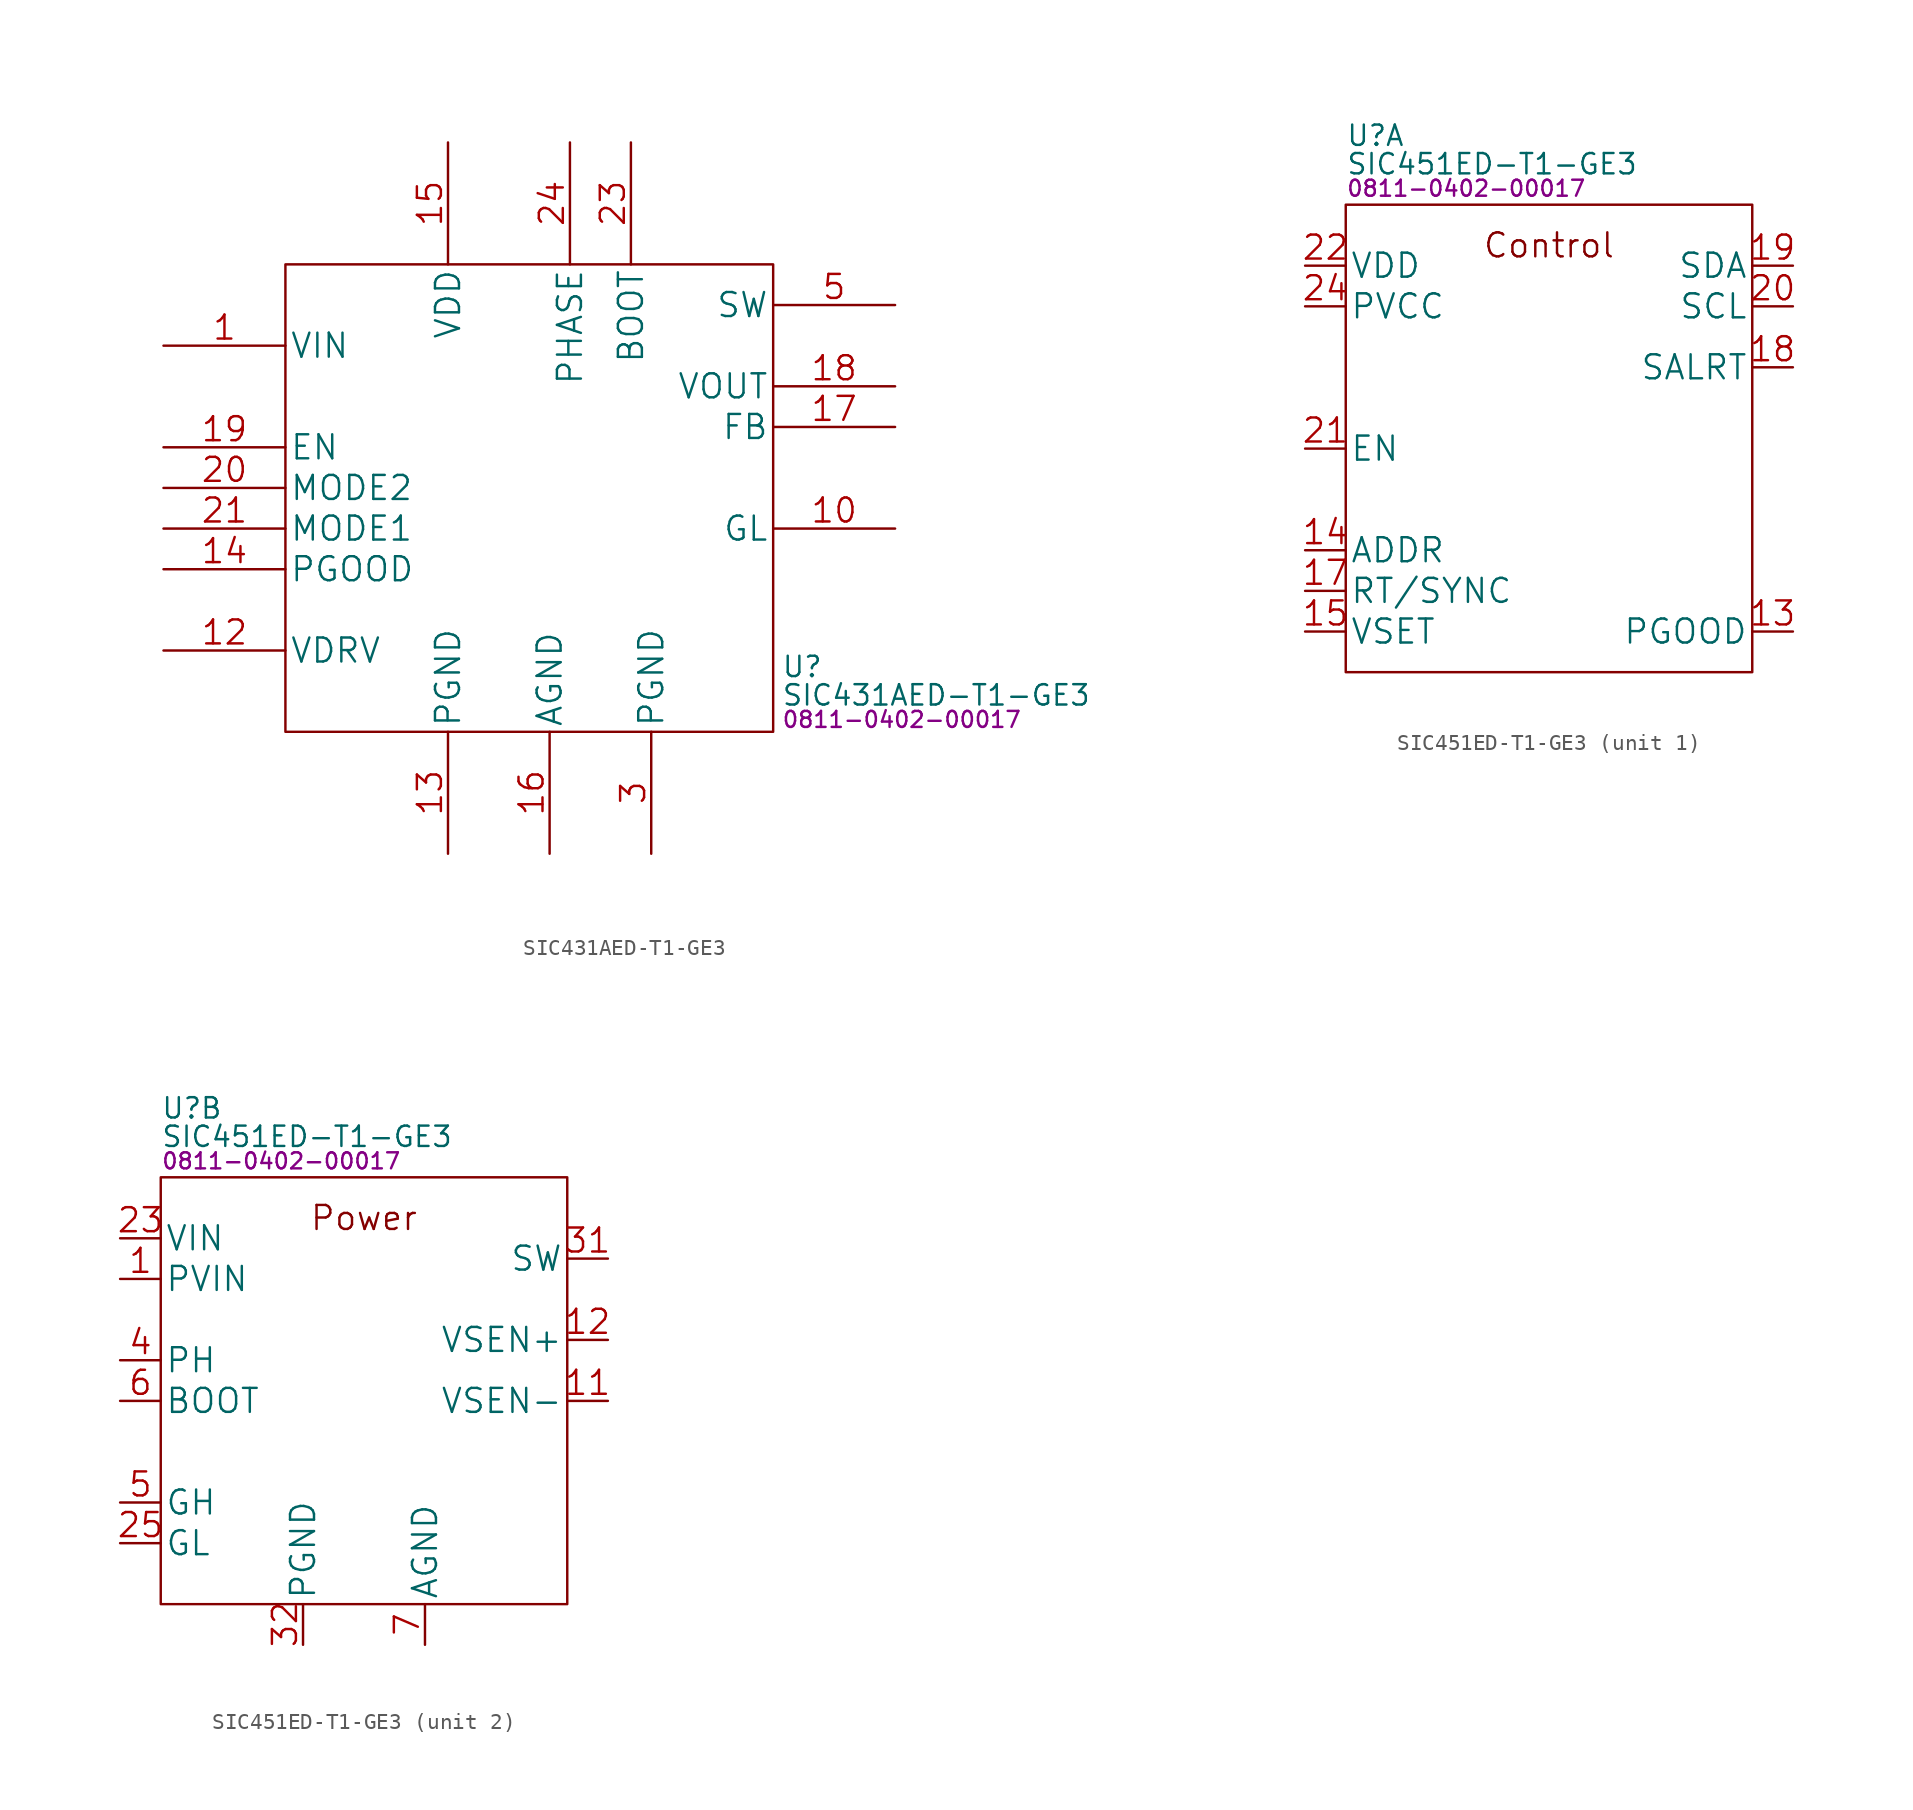
<source format=kicad_sym>
(kicad_symbol_lib
  (version 20231120)
  (generator "kicad_symbol_editor")
  (generator_version "8.0")
  (symbol "SIC431AED-T1-GE3"
    (pin_names
      (offset 0.254))
    (property "Reference" "U"
      (at 30.988 -25.146 0)
      (effects (font (size 1.27 1.27)) (justify left)))
    (property "Value" "SIC431AED-T1-GE3"
      (at 30.988 -26.924 0)
      (effects (font (size 1.27 1.27)) (justify left)))
    (property "PartNumber" "0811-0402-00017"
      (at 30.988 -28.448 0)
      (effects (font (size 1 1)) (justify left)))
    (symbol "SIC431AED-T1-GE3_1_1"
      (rectangle (start 0 0) (end 30.48 -29.21) (stroke (width 0) (type default)) (fill (type none)))
      (pin power_in line (at -7.62 -5.08 0) (length 7.62) (name "VIN" (effects (font (size 1.499 1.499)))) (number "1" (effects (font (size 1.499 1.499)))))
      (pin input line (at 38.1 -16.51 180) (length 7.62) (name "GL" (effects (font (size 1.499 1.499)))) (number "10" (effects (font (size 1.499 1.499)))))
      (pin input line (at 38.1 -16.51 180) (length 7.62) hide (name "GL" (effects (font (size 1.499 1.499)))) (number "11" (effects (font (size 1.499 1.499)))))
      (pin output line (at -7.62 -24.13 0) (length 7.62) (name "VDRV" (effects (font (size 1.499 1.499)))) (number "12" (effects (font (size 1.499 1.499)))))
      (pin power_in line (at 10.16 -36.83 90) (length 7.62) (name "PGND" (effects (font (size 1.499 1.499)))) (number "13" (effects (font (size 1.499 1.499)))))
      (pin power_in line (at -7.62 -19.05 0) (length 7.62) (name "PGOOD" (effects (font (size 1.499 1.499)))) (number "14" (effects (font (size 1.499 1.499)))))
      (pin power_in line (at 10.16 7.62 270) (length 7.62) (name "VDD" (effects (font (size 1.499 1.499)))) (number "15" (effects (font (size 1.499 1.499)))))
      (pin power_in line (at 16.51 -36.83 90) (length 7.62) (name "AGND" (effects (font (size 1.499 1.499)))) (number "16" (effects (font (size 1.499 1.499)))))
      (pin input line (at 38.1 -10.16 180) (length 7.62) (name "FB" (effects (font (size 1.499 1.499)))) (number "17" (effects (font (size 1.499 1.499)))))
      (pin output line (at 38.1 -7.62 180) (length 7.62) (name "VOUT" (effects (font (size 1.499 1.499)))) (number "18" (effects (font (size 1.499 1.499)))))
      (pin input line (at -7.62 -11.43 0) (length 7.62) (name "EN" (effects (font (size 1.499 1.499)))) (number "19" (effects (font (size 1.499 1.499)))))
      (pin power_in line (at -7.62 -5.08 0) (length 7.62) hide (name "VIN" (effects (font (size 1.499 1.499)))) (number "2" (effects (font (size 1.499 1.499)))))
      (pin bidirectional line (at -7.62 -13.97 0) (length 7.62) (name "MODE2" (effects (font (size 1.499 1.499)))) (number "20" (effects (font (size 1.499 1.499)))))
      (pin bidirectional line (at -7.62 -16.51 0) (length 7.62) (name "MODE1" (effects (font (size 1.499 1.499)))) (number "21" (effects (font (size 1.499 1.499)))))
      (pin power_in line (at -7.62 -5.08 0) (length 7.62) hide (name "VIN" (effects (font (size 1.499 1.499)))) (number "22" (effects (font (size 1.499 1.499)))))
      (pin input line (at 21.59 7.62 270) (length 7.62) (name "BOOT" (effects (font (size 1.499 1.499)))) (number "23" (effects (font (size 1.499 1.499)))))
      (pin output line (at 17.78 7.62 270) (length 7.62) (name "PHASE" (effects (font (size 1.499 1.499)))) (number "24" (effects (font (size 1.499 1.499)))))
      (pin power_in line (at 16.51 -36.83 90) (length 7.62) hide (name "AGND" (effects (font (size 1.499 1.499)))) (number "25" (effects (font (size 1.499 1.499)))))
      (pin power_in line (at -7.62 -5.08 0) (length 7.62) hide (name "VIN" (effects (font (size 1.499 1.499)))) (number "26" (effects (font (size 1.499 1.499)))))
      (pin power_in line (at 22.86 -36.83 90) (length 7.62) hide (name "PGND" (effects (font (size 1.499 1.499)))) (number "27" (effects (font (size 1.499 1.499)))))
      (pin input line (at 38.1 -16.51 180) (length 7.62) hide (name "GL" (effects (font (size 1.499 1.499)))) (number "28" (effects (font (size 1.499 1.499)))))
      (pin power_in line (at 22.86 -36.83 90) (length 7.62) (name "PGND" (effects (font (size 1.499 1.499)))) (number "3" (effects (font (size 1.499 1.499)))))
      (pin power_in line (at 22.86 -36.83 90) (length 7.62) hide (name "PGND" (effects (font (size 1.499 1.499)))) (number "4" (effects (font (size 1.499 1.499)))))
      (pin open_emitter line (at 38.1 -2.54 180) (length 7.62) (name "SW" (effects (font (size 1.499 1.499)))) (number "5" (effects (font (size 1.499 1.499)))))
      (pin open_emitter line (at 38.1 -2.54 180) (length 7.62) hide (name "SW" (effects (font (size 1.499 1.499)))) (number "6" (effects (font (size 1.499 1.499)))))
      (pin open_emitter line (at 38.1 -2.54 180) (length 7.62) hide (name "SW" (effects (font (size 1.499 1.499)))) (number "7" (effects (font (size 1.499 1.499)))))
      (pin open_emitter line (at 38.1 -2.54 180) (length 7.62) hide (name "SW" (effects (font (size 1.499 1.499)))) (number "8" (effects (font (size 1.499 1.499)))))
      (pin open_emitter line (at 38.1 -2.54 180) (length 7.62) hide (name "SW" (effects (font (size 1.499 1.499)))) (number "9" (effects (font (size 1.499 1.499)))))))
  (symbol "SIC451ED-T1-GE3"
    (pin_names
      (offset 0.254))
    (property "Reference" "U"
      (at 0 4.318 0)
      (effects (font (size 1.27 1.27)) (justify left)))
    (property "Value" "SIC451ED-T1-GE3"
      (at 0 2.54 0)
      (effects (font (size 1.27 1.27)) (justify left)))
    (property "PartNumber" "0811-0402-00017"
      (at 0 1.016 0)
      (effects (font (size 1 1)) (justify left)))
    (property "ki_locked" ""
      (at 0 0 0)
      (effects (font (size 1.27 1.27))))
    (symbol "SIC451ED-T1-GE3_0_1"
      (pin no_connect line (at 13.97 -10.16 180) (length 2.54) hide (name "NC" (effects (font (size 1.499 1.499)))) (number "10" (effects (font (size 1.499 1.499)))))
      (pin no_connect line (at 13.97 -12.7 180) (length 2.54) hide (name "NC" (effects (font (size 1.499 1.499)))) (number "8" (effects (font (size 1.499 1.499)))))
      (pin no_connect line (at 13.97 -11.43 180) (length 2.54) hide (name "NC" (effects (font (size 1.499 1.499)))) (number "9" (effects (font (size 1.499 1.499))))))
    (symbol "SIC451ED-T1-GE3_1_0"
      (text "Control" (at 12.7 -2.54 0) (effects (font (size 1.5 1.5)))))
    (symbol "SIC451ED-T1-GE3_1_1"
      (rectangle (start 0 0) (end 25.4 -29.21) (stroke (width 0) (type default)) (fill (type none)))
      (pin output line (at 27.94 -26.67 180) (length 2.54) (name "PGOOD" (effects (font (size 1.499 1.499)))) (number "13" (effects (font (size 1.499 1.499)))))
      (pin input line (at -2.54 -21.59 0) (length 2.54) (name "ADDR" (effects (font (size 1.499 1.499)))) (number "14" (effects (font (size 1.499 1.499)))))
      (pin input line (at -2.54 -26.67 0) (length 2.54) (name "VSET" (effects (font (size 1.499 1.499)))) (number "15" (effects (font (size 1.499 1.499)))))
      (pin input line (at -2.54 -24.13 0) (length 2.54) (name "RT/SYNC" (effects (font (size 1.499 1.499)))) (number "17" (effects (font (size 1.499 1.499)))))
      (pin output line (at 27.94 -10.16 180) (length 2.54) (name "SALRT" (effects (font (size 1.499 1.499)))) (number "18" (effects (font (size 1.499 1.499)))))
      (pin bidirectional line (at 27.94 -3.81 180) (length 2.54) (name "SDA" (effects (font (size 1.499 1.499)))) (number "19" (effects (font (size 1.499 1.499)))))
      (pin input line (at 27.94 -6.35 180) (length 2.54) (name "SCL" (effects (font (size 1.499 1.499)))) (number "20" (effects (font (size 1.499 1.499)))))
      (pin input line (at -2.54 -15.24 0) (length 2.54) (name "EN" (effects (font (size 1.499 1.499)))) (number "21" (effects (font (size 1.499 1.499)))))
      (pin power_in line (at -2.54 -3.81 0) (length 2.54) (name "VDD" (effects (font (size 1.499 1.499)))) (number "22" (effects (font (size 1.499 1.499)))))
      (pin power_in line (at -2.54 -6.35 0) (length 2.54) (name "PVCC" (effects (font (size 1.499 1.499)))) (number "24" (effects (font (size 1.499 1.499))))))
    (symbol "SIC451ED-T1-GE3_2_0"
      (text "Power" (at 12.7 -2.54 0) (effects (font (size 1.5 1.5)))))
    (symbol "SIC451ED-T1-GE3_2_1"
      (rectangle (start 0 0) (end 25.4 -26.67) (stroke (width 0) (type default)) (fill (type none)))
      (pin power_in line (at -2.54 -6.35 0) (length 2.54) (name "PVIN" (effects (font (size 1.499 1.499)))) (number "1" (effects (font (size 1.499 1.499)))))
      (pin input line (at 27.94 -13.97 180) (length 2.54) (name "VSEN-" (effects (font (size 1.499 1.499)))) (number "11" (effects (font (size 1.499 1.499)))))
      (pin input line (at 27.94 -10.16 180) (length 2.54) (name "VSEN+" (effects (font (size 1.499 1.499)))) (number "12" (effects (font (size 1.499 1.499)))))
      (pin power_in line (at 16.51 -29.21 90) (length 2.54) hide (name "AGND" (effects (font (size 1.499 1.499)))) (number "16" (effects (font (size 1.499 1.499)))))
      (pin power_in line (at -2.54 -3.81 0) (length 2.54) (name "VIN" (effects (font (size 1.499 1.499)))) (number "23" (effects (font (size 1.499 1.499)))))
      (pin unspecified line (at -2.54 -22.86 0) (length 2.54) (name "GL" (effects (font (size 1.499 1.499)))) (number "25" (effects (font (size 1.499 1.499)))))
      (pin unspecified line (at 27.94 -5.08 180) (length 2.54) (name "SW" (effects (font (size 1.499 1.499)))) (number "31" (effects (font (size 1.499 1.499)))))
      (pin power_in line (at 8.89 -29.21 90) (length 2.54) (name "PGND" (effects (font (size 1.499 1.499)))) (number "32" (effects (font (size 1.499 1.499)))))
      (pin power_in line (at -2.54 -11.43 0) (length 2.54) (name "PH" (effects (font (size 1.499 1.499)))) (number "4" (effects (font (size 1.499 1.499)))))
      (pin power_in line (at -2.54 -20.32 0) (length 2.54) (name "GH" (effects (font (size 1.499 1.499)))) (number "5" (effects (font (size 1.499 1.499)))))
      (pin power_in line (at -2.54 -13.97 0) (length 2.54) (name "BOOT" (effects (font (size 1.499 1.499)))) (number "6" (effects (font (size 1.499 1.499)))))
      (pin power_in line (at 16.51 -29.21 90) (length 2.54) (name "AGND" (effects (font (size 1.499 1.499)))) (number "7" (effects (font (size 1.499 1.499))))))))
</source>
